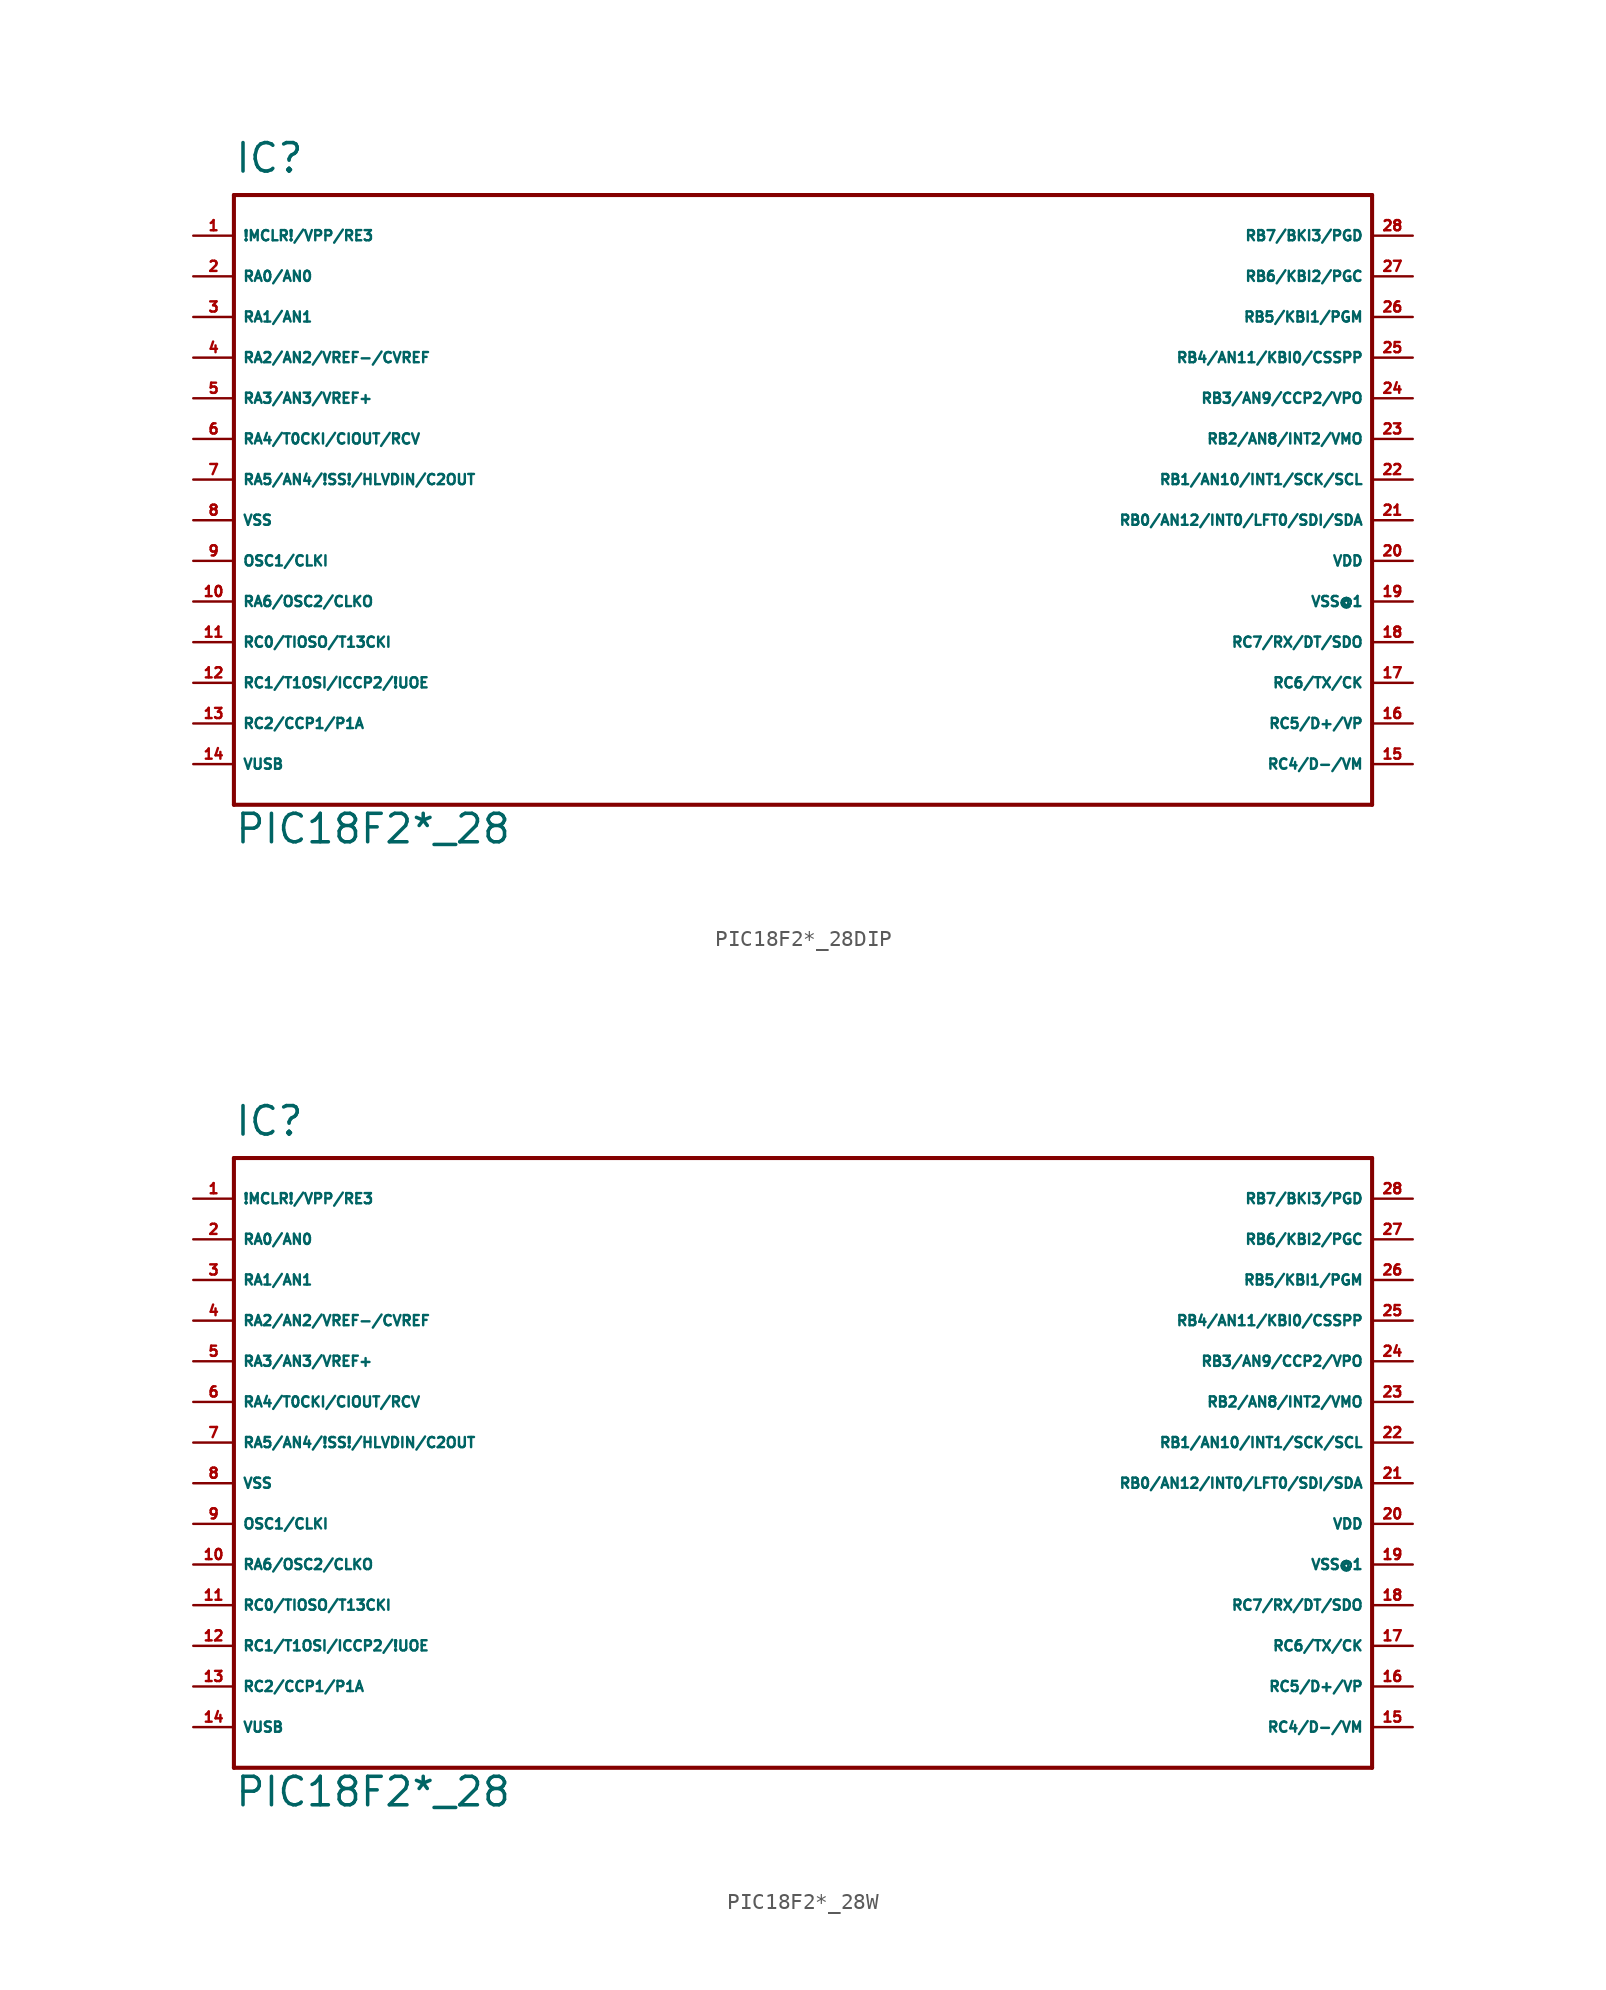
<source format=kicad_sym>
(kicad_symbol_lib
  (version 20220914)
  (generator Eagle2Kicad)
  (symbol "PIC18F2*_28DIP"
    (property "Reference" "IC"
      (at -35.56 19.05 0)
      (effects (font (size 1.778 1.778) (thickness 0.22)) (justify left bottom)))
    (property "Value" "PIC18F2*_28"
      (at -35.56 -22.86 0)
      (effects (font (size 1.778 1.778) (thickness 0.22)) (justify left bottom)))
    (polyline
      (pts (xy -35.56 17.78) (xy 35.56 17.78))
      (stroke (width 0.254) (type default))
      (fill (type none)))
    (polyline
      (pts (xy 35.56 17.78) (xy 35.56 -20.32))
      (stroke (width 0.254) (type default))
      (fill (type none)))
    (polyline
      (pts (xy 35.56 -20.32) (xy -35.56 -20.32))
      (stroke (width 0.254) (type default))
      (fill (type none)))
    (polyline
      (pts (xy -35.56 -20.32) (xy -35.56 17.78))
      (stroke (width 0.254) (type default))
      (fill (type none)))
    (pin bidirectional line
      (at 38.1 -10.16 180)
      (length 2.54)
      (name "RC7/RX/DT/SDO" (effects (font (size 0.635 0.635) (thickness 0.08)) (justify left bottom)))
      (number "18" (effects (font (size 0.635 0.635) (thickness 0.08)) (justify left bottom))))
    (pin unspecified line
      (at -38.1 -2.54 0)
      (length 2.54)
      (name "VSS" (effects (font (size 0.635 0.635) (thickness 0.08)) (justify left bottom)))
      (number "8" (effects (font (size 0.635 0.635) (thickness 0.08)) (justify left bottom))))
    (pin unspecified line
      (at 38.1 -5.08 180)
      (length 2.54)
      (name "VDD" (effects (font (size 0.635 0.635) (thickness 0.08)) (justify left bottom)))
      (number "20" (effects (font (size 0.635 0.635) (thickness 0.08)) (justify left bottom))))
    (pin bidirectional line
      (at 38.1 -2.54 180)
      (length 2.54)
      (name "RB0/AN12/INT0/LFT0/SDI/SDA" (effects (font (size 0.635 0.635) (thickness 0.08)) (justify left bottom)))
      (number "21" (effects (font (size 0.635 0.635) (thickness 0.08)) (justify left bottom))))
    (pin bidirectional line
      (at 38.1 0 180)
      (length 2.54)
      (name "RB1/AN10/INT1/SCK/SCL" (effects (font (size 0.635 0.635) (thickness 0.08)) (justify left bottom)))
      (number "22" (effects (font (size 0.635 0.635) (thickness 0.08)) (justify left bottom))))
    (pin bidirectional line
      (at 38.1 2.54 180)
      (length 2.54)
      (name "RB2/AN8/INT2/VMO" (effects (font (size 0.635 0.635) (thickness 0.08)) (justify left bottom)))
      (number "23" (effects (font (size 0.635 0.635) (thickness 0.08)) (justify left bottom))))
    (pin bidirectional line
      (at 38.1 5.08 180)
      (length 2.54)
      (name "RB3/AN9/CCP2/VPO" (effects (font (size 0.635 0.635) (thickness 0.08)) (justify left bottom)))
      (number "24" (effects (font (size 0.635 0.635) (thickness 0.08)) (justify left bottom))))
    (pin bidirectional line
      (at 38.1 7.62 180)
      (length 2.54)
      (name "RB4/AN11/KBI0/CSSPP" (effects (font (size 0.635 0.635) (thickness 0.08)) (justify left bottom)))
      (number "25" (effects (font (size 0.635 0.635) (thickness 0.08)) (justify left bottom))))
    (pin bidirectional line
      (at 38.1 10.16 180)
      (length 2.54)
      (name "RB5/KBI1/PGM" (effects (font (size 0.635 0.635) (thickness 0.08)) (justify left bottom)))
      (number "26" (effects (font (size 0.635 0.635) (thickness 0.08)) (justify left bottom))))
    (pin bidirectional line
      (at 38.1 12.7 180)
      (length 2.54)
      (name "RB6/KBI2/PGC" (effects (font (size 0.635 0.635) (thickness 0.08)) (justify left bottom)))
      (number "27" (effects (font (size 0.635 0.635) (thickness 0.08)) (justify left bottom))))
    (pin bidirectional line
      (at 38.1 15.24 180)
      (length 2.54)
      (name "RB7/BKI3/PGD" (effects (font (size 0.635 0.635) (thickness 0.08)) (justify left bottom)))
      (number "28" (effects (font (size 0.635 0.635) (thickness 0.08)) (justify left bottom))))
    (pin input line
      (at -38.1 15.24 0)
      (length 2.54)
      (name "!MCLR!/VPP/RE3" (effects (font (size 0.635 0.635) (thickness 0.08)) (justify left bottom)))
      (number "1" (effects (font (size 0.635 0.635) (thickness 0.08)) (justify left bottom))))
    (pin bidirectional line
      (at -38.1 12.7 0)
      (length 2.54)
      (name "RA0/AN0" (effects (font (size 0.635 0.635) (thickness 0.08)) (justify left bottom)))
      (number "2" (effects (font (size 0.635 0.635) (thickness 0.08)) (justify left bottom))))
    (pin bidirectional line
      (at -38.1 10.16 0)
      (length 2.54)
      (name "RA1/AN1" (effects (font (size 0.635 0.635) (thickness 0.08)) (justify left bottom)))
      (number "3" (effects (font (size 0.635 0.635) (thickness 0.08)) (justify left bottom))))
    (pin bidirectional line
      (at -38.1 7.62 0)
      (length 2.54)
      (name "RA2/AN2/VREF-/CVREF" (effects (font (size 0.635 0.635) (thickness 0.08)) (justify left bottom)))
      (number "4" (effects (font (size 0.635 0.635) (thickness 0.08)) (justify left bottom))))
    (pin bidirectional line
      (at -38.1 5.08 0)
      (length 2.54)
      (name "RA3/AN3/VREF+" (effects (font (size 0.635 0.635) (thickness 0.08)) (justify left bottom)))
      (number "5" (effects (font (size 0.635 0.635) (thickness 0.08)) (justify left bottom))))
    (pin bidirectional line
      (at -38.1 2.54 0)
      (length 2.54)
      (name "RA4/T0CKI/CIOUT/RCV" (effects (font (size 0.635 0.635) (thickness 0.08)) (justify left bottom)))
      (number "6" (effects (font (size 0.635 0.635) (thickness 0.08)) (justify left bottom))))
    (pin bidirectional line
      (at -38.1 0 0)
      (length 2.54)
      (name "RA5/AN4/!SS!/HLVDIN/C2OUT" (effects (font (size 0.635 0.635) (thickness 0.08)) (justify left bottom)))
      (number "7" (effects (font (size 0.635 0.635) (thickness 0.08)) (justify left bottom))))
    (pin unspecified line
      (at 38.1 -7.62 180)
      (length 2.54)
      (name "VSS@1" (effects (font (size 0.635 0.635) (thickness 0.08)) (justify left bottom)))
      (number "19" (effects (font (size 0.635 0.635) (thickness 0.08)) (justify left bottom))))
    (pin input line
      (at -38.1 -5.08 0)
      (length 2.54)
      (name "OSC1/CLKI" (effects (font (size 0.635 0.635) (thickness 0.08)) (justify left bottom)))
      (number "9" (effects (font (size 0.635 0.635) (thickness 0.08)) (justify left bottom))))
    (pin output line
      (at -38.1 -7.62 0)
      (length 2.54)
      (name "RA6/OSC2/CLKO" (effects (font (size 0.635 0.635) (thickness 0.08)) (justify left bottom)))
      (number "10" (effects (font (size 0.635 0.635) (thickness 0.08)) (justify left bottom))))
    (pin bidirectional line
      (at -38.1 -10.16 0)
      (length 2.54)
      (name "RC0/TIOSO/T13CKI" (effects (font (size 0.635 0.635) (thickness 0.08)) (justify left bottom)))
      (number "11" (effects (font (size 0.635 0.635) (thickness 0.08)) (justify left bottom))))
    (pin bidirectional line
      (at -38.1 -12.7 0)
      (length 2.54)
      (name "RC1/T1OSI/ICCP2/!UOE" (effects (font (size 0.635 0.635) (thickness 0.08)) (justify left bottom)))
      (number "12" (effects (font (size 0.635 0.635) (thickness 0.08)) (justify left bottom))))
    (pin bidirectional line
      (at -38.1 -15.24 0)
      (length 2.54)
      (name "RC2/CCP1/P1A" (effects (font (size 0.635 0.635) (thickness 0.08)) (justify left bottom)))
      (number "13" (effects (font (size 0.635 0.635) (thickness 0.08)) (justify left bottom))))
    (pin bidirectional line
      (at -38.1 -17.78 0)
      (length 2.54)
      (name "VUSB" (effects (font (size 0.635 0.635) (thickness 0.08)) (justify left bottom)))
      (number "14" (effects (font (size 0.635 0.635) (thickness 0.08)) (justify left bottom))))
    (pin bidirectional line
      (at 38.1 -17.78 180)
      (length 2.54)
      (name "RC4/D-/VM" (effects (font (size 0.635 0.635) (thickness 0.08)) (justify left bottom)))
      (number "15" (effects (font (size 0.635 0.635) (thickness 0.08)) (justify left bottom))))
    (pin bidirectional line
      (at 38.1 -15.24 180)
      (length 2.54)
      (name "RC5/D+/VP" (effects (font (size 0.635 0.635) (thickness 0.08)) (justify left bottom)))
      (number "16" (effects (font (size 0.635 0.635) (thickness 0.08)) (justify left bottom))))
    (pin bidirectional line
      (at 38.1 -12.7 180)
      (length 2.54)
      (name "RC6/TX/CK" (effects (font (size 0.635 0.635) (thickness 0.08)) (justify left bottom)))
      (number "17" (effects (font (size 0.635 0.635) (thickness 0.08)) (justify left bottom)))))
  (symbol "PIC18F2*_28W"
    (property "Reference" "IC"
      (at -35.56 19.05 0)
      (effects (font (size 1.778 1.778) (thickness 0.22)) (justify left bottom)))
    (property "Value" "PIC18F2*_28"
      (at -35.56 -22.86 0)
      (effects (font (size 1.778 1.778) (thickness 0.22)) (justify left bottom)))
    (polyline
      (pts (xy -35.56 17.78) (xy 35.56 17.78))
      (stroke (width 0.254) (type default))
      (fill (type none)))
    (polyline
      (pts (xy 35.56 17.78) (xy 35.56 -20.32))
      (stroke (width 0.254) (type default))
      (fill (type none)))
    (polyline
      (pts (xy 35.56 -20.32) (xy -35.56 -20.32))
      (stroke (width 0.254) (type default))
      (fill (type none)))
    (polyline
      (pts (xy -35.56 -20.32) (xy -35.56 17.78))
      (stroke (width 0.254) (type default))
      (fill (type none)))
    (pin bidirectional line
      (at 38.1 -10.16 180)
      (length 2.54)
      (name "RC7/RX/DT/SDO" (effects (font (size 0.635 0.635) (thickness 0.08)) (justify left bottom)))
      (number "18" (effects (font (size 0.635 0.635) (thickness 0.08)) (justify left bottom))))
    (pin unspecified line
      (at -38.1 -2.54 0)
      (length 2.54)
      (name "VSS" (effects (font (size 0.635 0.635) (thickness 0.08)) (justify left bottom)))
      (number "8" (effects (font (size 0.635 0.635) (thickness 0.08)) (justify left bottom))))
    (pin unspecified line
      (at 38.1 -5.08 180)
      (length 2.54)
      (name "VDD" (effects (font (size 0.635 0.635) (thickness 0.08)) (justify left bottom)))
      (number "20" (effects (font (size 0.635 0.635) (thickness 0.08)) (justify left bottom))))
    (pin bidirectional line
      (at 38.1 -2.54 180)
      (length 2.54)
      (name "RB0/AN12/INT0/LFT0/SDI/SDA" (effects (font (size 0.635 0.635) (thickness 0.08)) (justify left bottom)))
      (number "21" (effects (font (size 0.635 0.635) (thickness 0.08)) (justify left bottom))))
    (pin bidirectional line
      (at 38.1 0 180)
      (length 2.54)
      (name "RB1/AN10/INT1/SCK/SCL" (effects (font (size 0.635 0.635) (thickness 0.08)) (justify left bottom)))
      (number "22" (effects (font (size 0.635 0.635) (thickness 0.08)) (justify left bottom))))
    (pin bidirectional line
      (at 38.1 2.54 180)
      (length 2.54)
      (name "RB2/AN8/INT2/VMO" (effects (font (size 0.635 0.635) (thickness 0.08)) (justify left bottom)))
      (number "23" (effects (font (size 0.635 0.635) (thickness 0.08)) (justify left bottom))))
    (pin bidirectional line
      (at 38.1 5.08 180)
      (length 2.54)
      (name "RB3/AN9/CCP2/VPO" (effects (font (size 0.635 0.635) (thickness 0.08)) (justify left bottom)))
      (number "24" (effects (font (size 0.635 0.635) (thickness 0.08)) (justify left bottom))))
    (pin bidirectional line
      (at 38.1 7.62 180)
      (length 2.54)
      (name "RB4/AN11/KBI0/CSSPP" (effects (font (size 0.635 0.635) (thickness 0.08)) (justify left bottom)))
      (number "25" (effects (font (size 0.635 0.635) (thickness 0.08)) (justify left bottom))))
    (pin bidirectional line
      (at 38.1 10.16 180)
      (length 2.54)
      (name "RB5/KBI1/PGM" (effects (font (size 0.635 0.635) (thickness 0.08)) (justify left bottom)))
      (number "26" (effects (font (size 0.635 0.635) (thickness 0.08)) (justify left bottom))))
    (pin bidirectional line
      (at 38.1 12.7 180)
      (length 2.54)
      (name "RB6/KBI2/PGC" (effects (font (size 0.635 0.635) (thickness 0.08)) (justify left bottom)))
      (number "27" (effects (font (size 0.635 0.635) (thickness 0.08)) (justify left bottom))))
    (pin bidirectional line
      (at 38.1 15.24 180)
      (length 2.54)
      (name "RB7/BKI3/PGD" (effects (font (size 0.635 0.635) (thickness 0.08)) (justify left bottom)))
      (number "28" (effects (font (size 0.635 0.635) (thickness 0.08)) (justify left bottom))))
    (pin input line
      (at -38.1 15.24 0)
      (length 2.54)
      (name "!MCLR!/VPP/RE3" (effects (font (size 0.635 0.635) (thickness 0.08)) (justify left bottom)))
      (number "1" (effects (font (size 0.635 0.635) (thickness 0.08)) (justify left bottom))))
    (pin bidirectional line
      (at -38.1 12.7 0)
      (length 2.54)
      (name "RA0/AN0" (effects (font (size 0.635 0.635) (thickness 0.08)) (justify left bottom)))
      (number "2" (effects (font (size 0.635 0.635) (thickness 0.08)) (justify left bottom))))
    (pin bidirectional line
      (at -38.1 10.16 0)
      (length 2.54)
      (name "RA1/AN1" (effects (font (size 0.635 0.635) (thickness 0.08)) (justify left bottom)))
      (number "3" (effects (font (size 0.635 0.635) (thickness 0.08)) (justify left bottom))))
    (pin bidirectional line
      (at -38.1 7.62 0)
      (length 2.54)
      (name "RA2/AN2/VREF-/CVREF" (effects (font (size 0.635 0.635) (thickness 0.08)) (justify left bottom)))
      (number "4" (effects (font (size 0.635 0.635) (thickness 0.08)) (justify left bottom))))
    (pin bidirectional line
      (at -38.1 5.08 0)
      (length 2.54)
      (name "RA3/AN3/VREF+" (effects (font (size 0.635 0.635) (thickness 0.08)) (justify left bottom)))
      (number "5" (effects (font (size 0.635 0.635) (thickness 0.08)) (justify left bottom))))
    (pin bidirectional line
      (at -38.1 2.54 0)
      (length 2.54)
      (name "RA4/T0CKI/CIOUT/RCV" (effects (font (size 0.635 0.635) (thickness 0.08)) (justify left bottom)))
      (number "6" (effects (font (size 0.635 0.635) (thickness 0.08)) (justify left bottom))))
    (pin bidirectional line
      (at -38.1 0 0)
      (length 2.54)
      (name "RA5/AN4/!SS!/HLVDIN/C2OUT" (effects (font (size 0.635 0.635) (thickness 0.08)) (justify left bottom)))
      (number "7" (effects (font (size 0.635 0.635) (thickness 0.08)) (justify left bottom))))
    (pin unspecified line
      (at 38.1 -7.62 180)
      (length 2.54)
      (name "VSS@1" (effects (font (size 0.635 0.635) (thickness 0.08)) (justify left bottom)))
      (number "19" (effects (font (size 0.635 0.635) (thickness 0.08)) (justify left bottom))))
    (pin input line
      (at -38.1 -5.08 0)
      (length 2.54)
      (name "OSC1/CLKI" (effects (font (size 0.635 0.635) (thickness 0.08)) (justify left bottom)))
      (number "9" (effects (font (size 0.635 0.635) (thickness 0.08)) (justify left bottom))))
    (pin output line
      (at -38.1 -7.62 0)
      (length 2.54)
      (name "RA6/OSC2/CLKO" (effects (font (size 0.635 0.635) (thickness 0.08)) (justify left bottom)))
      (number "10" (effects (font (size 0.635 0.635) (thickness 0.08)) (justify left bottom))))
    (pin bidirectional line
      (at -38.1 -10.16 0)
      (length 2.54)
      (name "RC0/TIOSO/T13CKI" (effects (font (size 0.635 0.635) (thickness 0.08)) (justify left bottom)))
      (number "11" (effects (font (size 0.635 0.635) (thickness 0.08)) (justify left bottom))))
    (pin bidirectional line
      (at -38.1 -12.7 0)
      (length 2.54)
      (name "RC1/T1OSI/ICCP2/!UOE" (effects (font (size 0.635 0.635) (thickness 0.08)) (justify left bottom)))
      (number "12" (effects (font (size 0.635 0.635) (thickness 0.08)) (justify left bottom))))
    (pin bidirectional line
      (at -38.1 -15.24 0)
      (length 2.54)
      (name "RC2/CCP1/P1A" (effects (font (size 0.635 0.635) (thickness 0.08)) (justify left bottom)))
      (number "13" (effects (font (size 0.635 0.635) (thickness 0.08)) (justify left bottom))))
    (pin bidirectional line
      (at -38.1 -17.78 0)
      (length 2.54)
      (name "VUSB" (effects (font (size 0.635 0.635) (thickness 0.08)) (justify left bottom)))
      (number "14" (effects (font (size 0.635 0.635) (thickness 0.08)) (justify left bottom))))
    (pin bidirectional line
      (at 38.1 -17.78 180)
      (length 2.54)
      (name "RC4/D-/VM" (effects (font (size 0.635 0.635) (thickness 0.08)) (justify left bottom)))
      (number "15" (effects (font (size 0.635 0.635) (thickness 0.08)) (justify left bottom))))
    (pin bidirectional line
      (at 38.1 -15.24 180)
      (length 2.54)
      (name "RC5/D+/VP" (effects (font (size 0.635 0.635) (thickness 0.08)) (justify left bottom)))
      (number "16" (effects (font (size 0.635 0.635) (thickness 0.08)) (justify left bottom))))
    (pin bidirectional line
      (at 38.1 -12.7 180)
      (length 2.54)
      (name "RC6/TX/CK" (effects (font (size 0.635 0.635) (thickness 0.08)) (justify left bottom)))
      (number "17" (effects (font (size 0.635 0.635) (thickness 0.08)) (justify left bottom))))))
</source>
